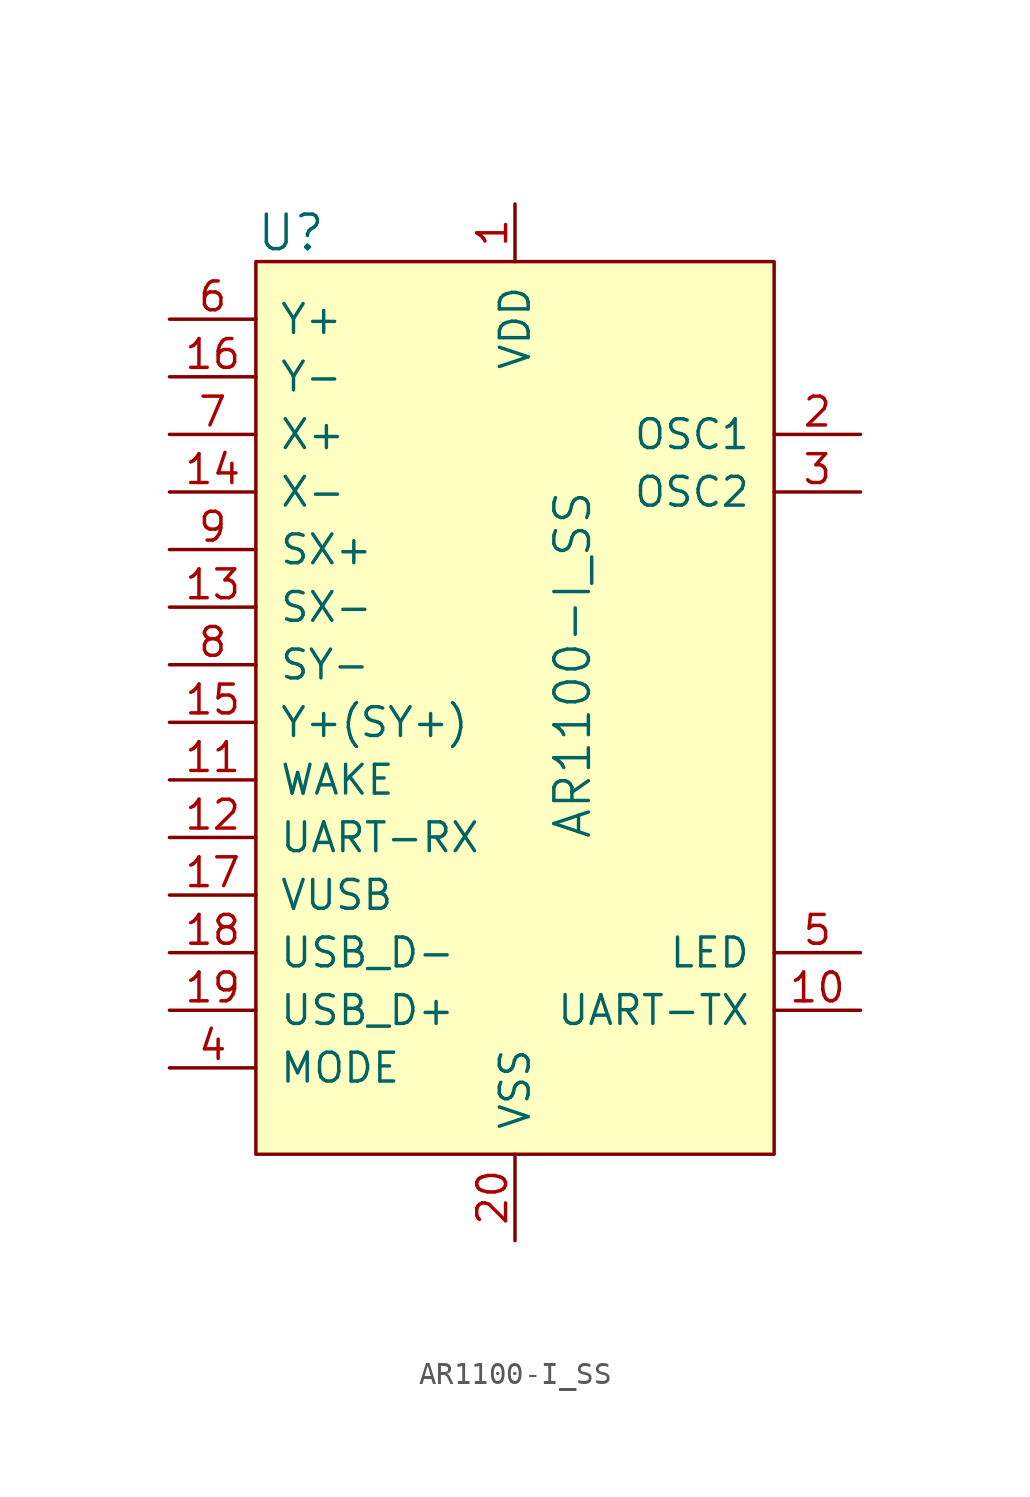
<source format=kicad_sym>
(kicad_symbol_lib
  (version 20201005)
  (generator kicad_symbol_editor)
  (symbol "AR1100-I_SS"
    (pin_names
      (offset 1.016))
    (property "Reference" "U"
      (at -11.43 19.05 0)
      (effects (font (size 1.524 1.524)) (justify left)))
    (property "Value" "AR1100-I_SS"
      (at 2.54 0 90)
      (effects (font (size 1.524 1.524))))
    (symbol "AR1100-I_SS_0_1"
      (rectangle (start -11.43 17.78) (end 11.43 -21.59) (stroke (width 0)) (fill (type background))))
    (symbol "AR1100-I_SS_1_1"
      (pin power_in line (at 0 20.32 270) (length 2.54) (name "VDD" (effects (font (size 1.27 1.27)))) (number "1" (effects (font (size 1.27 1.27)))))
      (pin passive line (at 15.24 10.16 180) (length 3.81) (name "OSC1" (effects (font (size 1.27 1.27)))) (number "2" (effects (font (size 1.27 1.27)))))
      (pin passive line (at 15.24 7.62 180) (length 3.81) (name "OSC2" (effects (font (size 1.27 1.27)))) (number "3" (effects (font (size 1.27 1.27)))))
      (pin input line (at -15.24 -17.78 0) (length 3.81) (name "MODE" (effects (font (size 1.27 1.27)))) (number "4" (effects (font (size 1.27 1.27)))))
      (pin output line (at 15.24 -12.7 180) (length 3.81) (name "LED" (effects (font (size 1.27 1.27)))) (number "5" (effects (font (size 1.27 1.27)))))
      (pin input line (at -15.24 15.24 0) (length 3.81) (name "Y+" (effects (font (size 1.27 1.27)))) (number "6" (effects (font (size 1.27 1.27)))))
      (pin input line (at -15.24 10.16 0) (length 3.81) (name "X+" (effects (font (size 1.27 1.27)))) (number "7" (effects (font (size 1.27 1.27)))))
      (pin input line (at -15.24 0 0) (length 3.81) (name "SY-" (effects (font (size 1.27 1.27)))) (number "8" (effects (font (size 1.27 1.27)))))
      (pin input line (at -15.24 5.08 0) (length 3.81) (name "SX+" (effects (font (size 1.27 1.27)))) (number "9" (effects (font (size 1.27 1.27)))))
      (pin output line (at 15.24 -15.24 180) (length 3.81) (name "UART-TX" (effects (font (size 1.27 1.27)))) (number "10" (effects (font (size 1.27 1.27)))))
      (pin power_in line (at 0 -25.4 90) (length 3.81) (name "VSS" (effects (font (size 1.27 1.27)))) (number "20" (effects (font (size 1.27 1.27)))))
      (pin input line (at -15.24 -5.08 0) (length 3.81) (name "WAKE" (effects (font (size 1.27 1.27)))) (number "11" (effects (font (size 1.27 1.27)))))
      (pin input line (at -15.24 -7.62 0) (length 3.81) (name "UART-RX" (effects (font (size 1.27 1.27)))) (number "12" (effects (font (size 1.27 1.27)))))
      (pin input line (at -15.24 2.54 0) (length 3.81) (name "SX-" (effects (font (size 1.27 1.27)))) (number "13" (effects (font (size 1.27 1.27)))))
      (pin input line (at -15.24 7.62 0) (length 3.81) (name "X-" (effects (font (size 1.27 1.27)))) (number "14" (effects (font (size 1.27 1.27)))))
      (pin input line (at -15.24 -2.54 0) (length 3.81) (name "Y+(SY+)" (effects (font (size 1.27 1.27)))) (number "15" (effects (font (size 1.27 1.27)))))
      (pin input line (at -15.24 12.7 0) (length 3.81) (name "Y-" (effects (font (size 1.27 1.27)))) (number "16" (effects (font (size 1.27 1.27)))))
      (pin input line (at -15.24 -10.16 0) (length 3.81) (name "VUSB" (effects (font (size 1.27 1.27)))) (number "17" (effects (font (size 1.27 1.27)))))
      (pin bidirectional line (at -15.24 -12.7 0) (length 3.81) (name "USB_D-" (effects (font (size 1.27 1.27)))) (number "18" (effects (font (size 1.27 1.27)))))
      (pin bidirectional line (at -15.24 -15.24 0) (length 3.81) (name "USB_D+" (effects (font (size 1.27 1.27)))) (number "19" (effects (font (size 1.27 1.27))))))))
</source>
